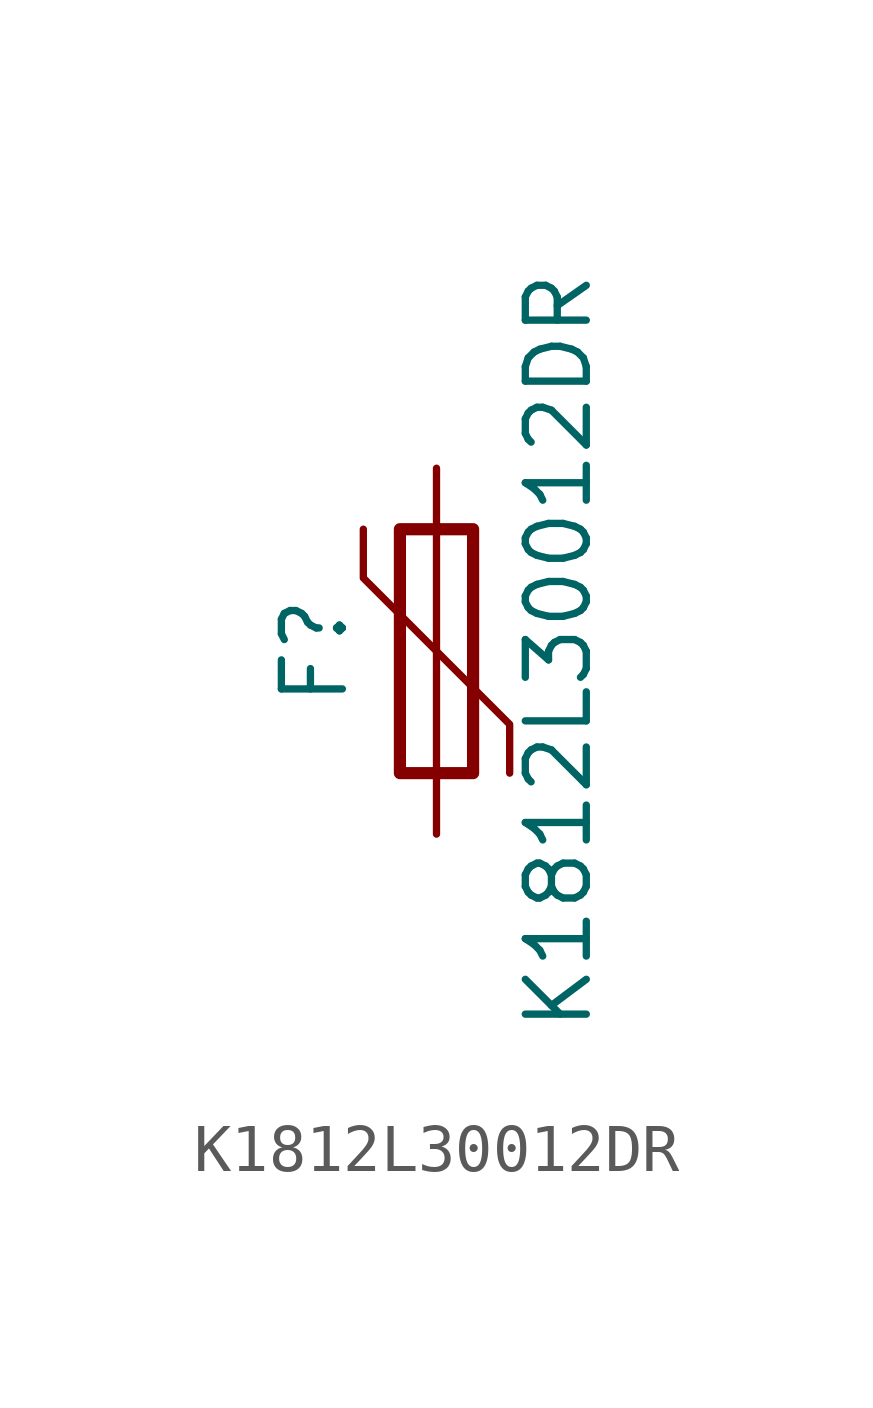
<source format=kicad_sym>
(kicad_symbol_lib
  (version 20220914)
  (generator kicad_symbol_editor)
  (symbol "K1812L30012DR"
    (pin_numbers hide)
    (pin_names
      (offset 0))
    (property "Reference" "F"
      (at -2.54 0 90)
      (effects (font (size 1.27 1.27))))
    (property "Value" "K1812L30012DR"
      (at 2.54 0 90)
      (effects (font (size 1.27 1.27))))
    (symbol "K1812L30012DR_0_1"
      (rectangle (start -0.762 2.54) (end 0.762 -2.54) (stroke (width 0.254) (type default)) (fill (type none)))
      (polyline (pts (xy 0 2.54) (xy 0 -2.54)) (stroke (width 0) (type default)) (fill (type none)))
      (polyline (pts (xy -1.524 2.54) (xy -1.524 1.524) (xy 1.524 -1.524) (xy 1.524 -2.54)) (stroke (width 0) (type default)) (fill (type none))))
    (symbol "K1812L30012DR_1_1"
      (pin passive line (at 0 3.81 270) (length 1.27) (name "~" (effects (font (size 1.27 1.27)))) (number "1" (effects (font (size 1.27 1.27)))))
      (pin passive line (at 0 -3.81 90) (length 1.27) (name "~" (effects (font (size 1.27 1.27)))) (number "2" (effects (font (size 1.27 1.27))))))))
</source>
